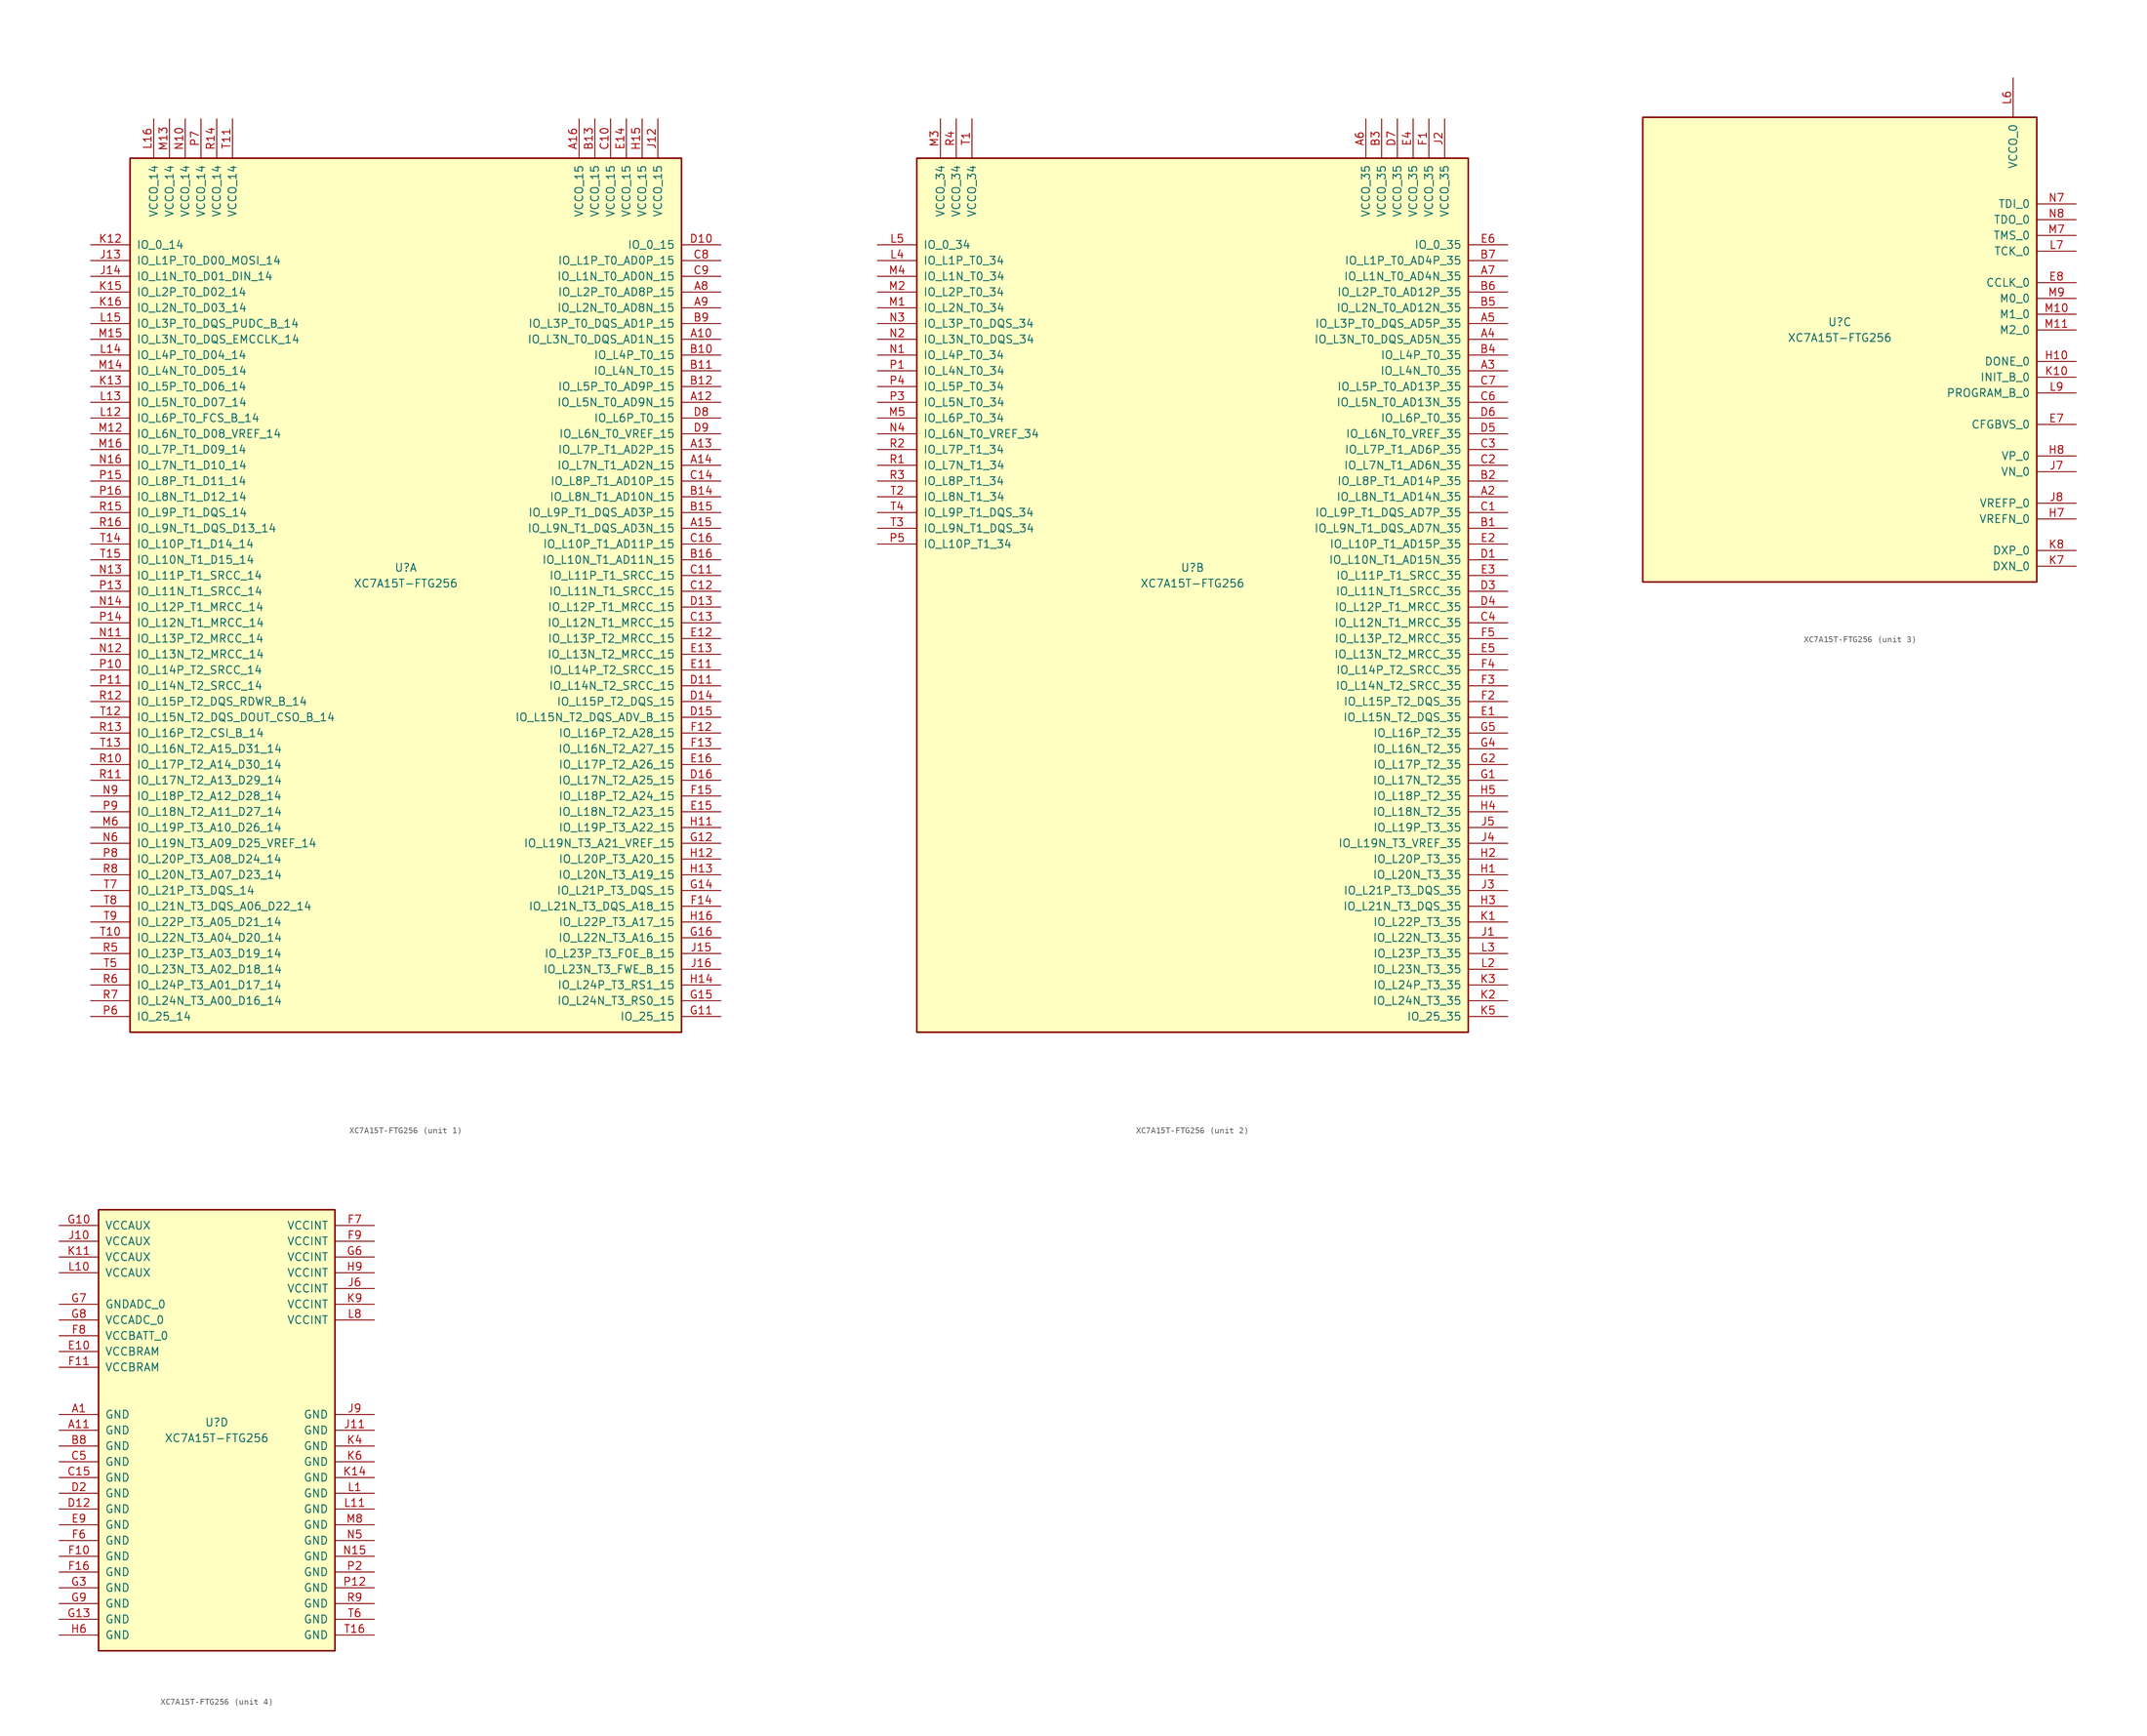
<source format=kicad_sym>
(kicad_symbol_lib
  (version 20201005)
  (generator kicad_symbol_editor)
  (symbol "XC7A15T-FTG256"
    (pin_names
      (offset 1.016))
    (property "Reference" "U"
      (at 0 1.27 0)
      (effects (font (size 1.27 1.27))))
    (property "Value" "XC7A15T-FTG256"
      (at 0 -1.27 0)
      (effects (font (size 1.27 1.27))))
    (property "Datasheet" ""
      (at 0 0 0)
      (effects (font (size 1.27 1.27))))
    (property "ki_locked" ""
      (at 0 0 0)
      (effects (font (size 1.27 1.27))))
    (symbol "XC7A15T-FTG256_1_1"
      (rectangle (start -44.45 67.31) (end 44.45 -73.66) (stroke (width 0.254)) (fill (type background)))
      (pin power_in line (at -40.64 73.66 270) (length 6.35) (name "VCCO_14" (effects (font (size 1.27 1.27)))) (number "L16" (effects (font (size 1.27 1.27)))))
      (pin power_in line (at -38.1 73.66 270) (length 6.35) (name "VCCO_14" (effects (font (size 1.27 1.27)))) (number "M13" (effects (font (size 1.27 1.27)))))
      (pin power_in line (at -35.56 73.66 270) (length 6.35) (name "VCCO_14" (effects (font (size 1.27 1.27)))) (number "N10" (effects (font (size 1.27 1.27)))))
      (pin power_in line (at -33.02 73.66 270) (length 6.35) (name "VCCO_14" (effects (font (size 1.27 1.27)))) (number "P7" (effects (font (size 1.27 1.27)))))
      (pin power_in line (at -30.48 73.66 270) (length 6.35) (name "VCCO_14" (effects (font (size 1.27 1.27)))) (number "R14" (effects (font (size 1.27 1.27)))))
      (pin power_in line (at -27.94 73.66 270) (length 6.35) (name "VCCO_14" (effects (font (size 1.27 1.27)))) (number "T11" (effects (font (size 1.27 1.27)))))
      (pin bidirectional line (at -50.8 53.34 0) (length 6.35) (name "IO_0_14" (effects (font (size 1.27 1.27)))) (number "K12" (effects (font (size 1.27 1.27)))))
      (pin bidirectional line (at -50.8 50.8 0) (length 6.35) (name "IO_L1P_T0_D00_MOSI_14" (effects (font (size 1.27 1.27)))) (number "J13" (effects (font (size 1.27 1.27)))))
      (pin bidirectional line (at -50.8 48.26 0) (length 6.35) (name "IO_L1N_T0_D01_DIN_14" (effects (font (size 1.27 1.27)))) (number "J14" (effects (font (size 1.27 1.27)))))
      (pin bidirectional line (at -50.8 45.72 0) (length 6.35) (name "IO_L2P_T0_D02_14" (effects (font (size 1.27 1.27)))) (number "K15" (effects (font (size 1.27 1.27)))))
      (pin bidirectional line (at -50.8 43.18 0) (length 6.35) (name "IO_L2N_T0_D03_14" (effects (font (size 1.27 1.27)))) (number "K16" (effects (font (size 1.27 1.27)))))
      (pin bidirectional line (at -50.8 40.64 0) (length 6.35) (name "IO_L3P_T0_DQS_PUDC_B_14" (effects (font (size 1.27 1.27)))) (number "L15" (effects (font (size 1.27 1.27)))))
      (pin bidirectional line (at -50.8 38.1 0) (length 6.35) (name "IO_L3N_T0_DQS_EMCCLK_14" (effects (font (size 1.27 1.27)))) (number "M15" (effects (font (size 1.27 1.27)))))
      (pin bidirectional line (at -50.8 35.56 0) (length 6.35) (name "IO_L4P_T0_D04_14" (effects (font (size 1.27 1.27)))) (number "L14" (effects (font (size 1.27 1.27)))))
      (pin bidirectional line (at -50.8 33.02 0) (length 6.35) (name "IO_L4N_T0_D05_14" (effects (font (size 1.27 1.27)))) (number "M14" (effects (font (size 1.27 1.27)))))
      (pin bidirectional line (at -50.8 30.48 0) (length 6.35) (name "IO_L5P_T0_D06_14" (effects (font (size 1.27 1.27)))) (number "K13" (effects (font (size 1.27 1.27)))))
      (pin bidirectional line (at -50.8 27.94 0) (length 6.35) (name "IO_L5N_T0_D07_14" (effects (font (size 1.27 1.27)))) (number "L13" (effects (font (size 1.27 1.27)))))
      (pin bidirectional line (at -50.8 25.4 0) (length 6.35) (name "IO_L6P_T0_FCS_B_14" (effects (font (size 1.27 1.27)))) (number "L12" (effects (font (size 1.27 1.27)))))
      (pin bidirectional line (at -50.8 22.86 0) (length 6.35) (name "IO_L6N_T0_D08_VREF_14" (effects (font (size 1.27 1.27)))) (number "M12" (effects (font (size 1.27 1.27)))))
      (pin bidirectional line (at -50.8 20.32 0) (length 6.35) (name "IO_L7P_T1_D09_14" (effects (font (size 1.27 1.27)))) (number "M16" (effects (font (size 1.27 1.27)))))
      (pin bidirectional line (at -50.8 17.78 0) (length 6.35) (name "IO_L7N_T1_D10_14" (effects (font (size 1.27 1.27)))) (number "N16" (effects (font (size 1.27 1.27)))))
      (pin bidirectional line (at -50.8 15.24 0) (length 6.35) (name "IO_L8P_T1_D11_14" (effects (font (size 1.27 1.27)))) (number "P15" (effects (font (size 1.27 1.27)))))
      (pin bidirectional line (at -50.8 12.7 0) (length 6.35) (name "IO_L8N_T1_D12_14" (effects (font (size 1.27 1.27)))) (number "P16" (effects (font (size 1.27 1.27)))))
      (pin bidirectional line (at -50.8 10.16 0) (length 6.35) (name "IO_L9P_T1_DQS_14" (effects (font (size 1.27 1.27)))) (number "R15" (effects (font (size 1.27 1.27)))))
      (pin bidirectional line (at -50.8 7.62 0) (length 6.35) (name "IO_L9N_T1_DQS_D13_14" (effects (font (size 1.27 1.27)))) (number "R16" (effects (font (size 1.27 1.27)))))
      (pin bidirectional line (at -50.8 5.08 0) (length 6.35) (name "IO_L10P_T1_D14_14" (effects (font (size 1.27 1.27)))) (number "T14" (effects (font (size 1.27 1.27)))))
      (pin bidirectional line (at -50.8 2.54 0) (length 6.35) (name "IO_L10N_T1_D15_14" (effects (font (size 1.27 1.27)))) (number "T15" (effects (font (size 1.27 1.27)))))
      (pin bidirectional line (at -50.8 0 0) (length 6.35) (name "IO_L11P_T1_SRCC_14" (effects (font (size 1.27 1.27)))) (number "N13" (effects (font (size 1.27 1.27)))))
      (pin bidirectional line (at -50.8 -2.54 0) (length 6.35) (name "IO_L11N_T1_SRCC_14" (effects (font (size 1.27 1.27)))) (number "P13" (effects (font (size 1.27 1.27)))))
      (pin bidirectional line (at -50.8 -5.08 0) (length 6.35) (name "IO_L12P_T1_MRCC_14" (effects (font (size 1.27 1.27)))) (number "N14" (effects (font (size 1.27 1.27)))))
      (pin bidirectional line (at -50.8 -7.62 0) (length 6.35) (name "IO_L12N_T1_MRCC_14" (effects (font (size 1.27 1.27)))) (number "P14" (effects (font (size 1.27 1.27)))))
      (pin bidirectional line (at -50.8 -10.16 0) (length 6.35) (name "IO_L13P_T2_MRCC_14" (effects (font (size 1.27 1.27)))) (number "N11" (effects (font (size 1.27 1.27)))))
      (pin bidirectional line (at -50.8 -12.7 0) (length 6.35) (name "IO_L13N_T2_MRCC_14" (effects (font (size 1.27 1.27)))) (number "N12" (effects (font (size 1.27 1.27)))))
      (pin bidirectional line (at -50.8 -15.24 0) (length 6.35) (name "IO_L14P_T2_SRCC_14" (effects (font (size 1.27 1.27)))) (number "P10" (effects (font (size 1.27 1.27)))))
      (pin bidirectional line (at -50.8 -17.78 0) (length 6.35) (name "IO_L14N_T2_SRCC_14" (effects (font (size 1.27 1.27)))) (number "P11" (effects (font (size 1.27 1.27)))))
      (pin bidirectional line (at -50.8 -20.32 0) (length 6.35) (name "IO_L15P_T2_DQS_RDWR_B_14" (effects (font (size 1.27 1.27)))) (number "R12" (effects (font (size 1.27 1.27)))))
      (pin bidirectional line (at -50.8 -22.86 0) (length 6.35) (name "IO_L15N_T2_DQS_DOUT_CSO_B_14" (effects (font (size 1.27 1.27)))) (number "T12" (effects (font (size 1.27 1.27)))))
      (pin bidirectional line (at -50.8 -25.4 0) (length 6.35) (name "IO_L16P_T2_CSI_B_14" (effects (font (size 1.27 1.27)))) (number "R13" (effects (font (size 1.27 1.27)))))
      (pin bidirectional line (at -50.8 -27.94 0) (length 6.35) (name "IO_L16N_T2_A15_D31_14" (effects (font (size 1.27 1.27)))) (number "T13" (effects (font (size 1.27 1.27)))))
      (pin bidirectional line (at -50.8 -30.48 0) (length 6.35) (name "IO_L17P_T2_A14_D30_14" (effects (font (size 1.27 1.27)))) (number "R10" (effects (font (size 1.27 1.27)))))
      (pin bidirectional line (at -50.8 -33.02 0) (length 6.35) (name "IO_L17N_T2_A13_D29_14" (effects (font (size 1.27 1.27)))) (number "R11" (effects (font (size 1.27 1.27)))))
      (pin bidirectional line (at -50.8 -35.56 0) (length 6.35) (name "IO_L18P_T2_A12_D28_14" (effects (font (size 1.27 1.27)))) (number "N9" (effects (font (size 1.27 1.27)))))
      (pin bidirectional line (at -50.8 -38.1 0) (length 6.35) (name "IO_L18N_T2_A11_D27_14" (effects (font (size 1.27 1.27)))) (number "P9" (effects (font (size 1.27 1.27)))))
      (pin bidirectional line (at -50.8 -40.64 0) (length 6.35) (name "IO_L19P_T3_A10_D26_14" (effects (font (size 1.27 1.27)))) (number "M6" (effects (font (size 1.27 1.27)))))
      (pin bidirectional line (at -50.8 -43.18 0) (length 6.35) (name "IO_L19N_T3_A09_D25_VREF_14" (effects (font (size 1.27 1.27)))) (number "N6" (effects (font (size 1.27 1.27)))))
      (pin bidirectional line (at -50.8 -45.72 0) (length 6.35) (name "IO_L20P_T3_A08_D24_14" (effects (font (size 1.27 1.27)))) (number "P8" (effects (font (size 1.27 1.27)))))
      (pin bidirectional line (at -50.8 -48.26 0) (length 6.35) (name "IO_L20N_T3_A07_D23_14" (effects (font (size 1.27 1.27)))) (number "R8" (effects (font (size 1.27 1.27)))))
      (pin bidirectional line (at -50.8 -50.8 0) (length 6.35) (name "IO_L21P_T3_DQS_14" (effects (font (size 1.27 1.27)))) (number "T7" (effects (font (size 1.27 1.27)))))
      (pin bidirectional line (at -50.8 -53.34 0) (length 6.35) (name "IO_L21N_T3_DQS_A06_D22_14" (effects (font (size 1.27 1.27)))) (number "T8" (effects (font (size 1.27 1.27)))))
      (pin bidirectional line (at -50.8 -55.88 0) (length 6.35) (name "IO_L22P_T3_A05_D21_14" (effects (font (size 1.27 1.27)))) (number "T9" (effects (font (size 1.27 1.27)))))
      (pin bidirectional line (at -50.8 -58.42 0) (length 6.35) (name "IO_L22N_T3_A04_D20_14" (effects (font (size 1.27 1.27)))) (number "T10" (effects (font (size 1.27 1.27)))))
      (pin bidirectional line (at -50.8 -60.96 0) (length 6.35) (name "IO_L23P_T3_A03_D19_14" (effects (font (size 1.27 1.27)))) (number "R5" (effects (font (size 1.27 1.27)))))
      (pin bidirectional line (at -50.8 -63.5 0) (length 6.35) (name "IO_L23N_T3_A02_D18_14" (effects (font (size 1.27 1.27)))) (number "T5" (effects (font (size 1.27 1.27)))))
      (pin bidirectional line (at -50.8 -66.04 0) (length 6.35) (name "IO_L24P_T3_A01_D17_14" (effects (font (size 1.27 1.27)))) (number "R6" (effects (font (size 1.27 1.27)))))
      (pin bidirectional line (at -50.8 -68.58 0) (length 6.35) (name "IO_L24N_T3_A00_D16_14" (effects (font (size 1.27 1.27)))) (number "R7" (effects (font (size 1.27 1.27)))))
      (pin bidirectional line (at -50.8 -71.12 0) (length 6.35) (name "IO_25_14" (effects (font (size 1.27 1.27)))) (number "P6" (effects (font (size 1.27 1.27)))))
      (pin power_in line (at 27.94 73.66 270) (length 6.35) (name "VCCO_15" (effects (font (size 1.27 1.27)))) (number "A16" (effects (font (size 1.27 1.27)))))
      (pin power_in line (at 30.48 73.66 270) (length 6.35) (name "VCCO_15" (effects (font (size 1.27 1.27)))) (number "B13" (effects (font (size 1.27 1.27)))))
      (pin power_in line (at 33.02 73.66 270) (length 6.35) (name "VCCO_15" (effects (font (size 1.27 1.27)))) (number "C10" (effects (font (size 1.27 1.27)))))
      (pin power_in line (at 35.56 73.66 270) (length 6.35) (name "VCCO_15" (effects (font (size 1.27 1.27)))) (number "E14" (effects (font (size 1.27 1.27)))))
      (pin power_in line (at 38.1 73.66 270) (length 6.35) (name "VCCO_15" (effects (font (size 1.27 1.27)))) (number "H15" (effects (font (size 1.27 1.27)))))
      (pin power_in line (at 40.64 73.66 270) (length 6.35) (name "VCCO_15" (effects (font (size 1.27 1.27)))) (number "J12" (effects (font (size 1.27 1.27)))))
      (pin bidirectional line (at 50.8 53.34 180) (length 6.35) (name "IO_0_15" (effects (font (size 1.27 1.27)))) (number "D10" (effects (font (size 1.27 1.27)))))
      (pin bidirectional line (at 50.8 50.8 180) (length 6.35) (name "IO_L1P_T0_AD0P_15" (effects (font (size 1.27 1.27)))) (number "C8" (effects (font (size 1.27 1.27)))))
      (pin bidirectional line (at 50.8 48.26 180) (length 6.35) (name "IO_L1N_T0_AD0N_15" (effects (font (size 1.27 1.27)))) (number "C9" (effects (font (size 1.27 1.27)))))
      (pin bidirectional line (at 50.8 45.72 180) (length 6.35) (name "IO_L2P_T0_AD8P_15" (effects (font (size 1.27 1.27)))) (number "A8" (effects (font (size 1.27 1.27)))))
      (pin bidirectional line (at 50.8 43.18 180) (length 6.35) (name "IO_L2N_T0_AD8N_15" (effects (font (size 1.27 1.27)))) (number "A9" (effects (font (size 1.27 1.27)))))
      (pin bidirectional line (at 50.8 40.64 180) (length 6.35) (name "IO_L3P_T0_DQS_AD1P_15" (effects (font (size 1.27 1.27)))) (number "B9" (effects (font (size 1.27 1.27)))))
      (pin bidirectional line (at 50.8 38.1 180) (length 6.35) (name "IO_L3N_T0_DQS_AD1N_15" (effects (font (size 1.27 1.27)))) (number "A10" (effects (font (size 1.27 1.27)))))
      (pin bidirectional line (at 50.8 35.56 180) (length 6.35) (name "IO_L4P_T0_15" (effects (font (size 1.27 1.27)))) (number "B10" (effects (font (size 1.27 1.27)))))
      (pin bidirectional line (at 50.8 33.02 180) (length 6.35) (name "IO_L4N_T0_15" (effects (font (size 1.27 1.27)))) (number "B11" (effects (font (size 1.27 1.27)))))
      (pin bidirectional line (at 50.8 30.48 180) (length 6.35) (name "IO_L5P_T0_AD9P_15" (effects (font (size 1.27 1.27)))) (number "B12" (effects (font (size 1.27 1.27)))))
      (pin bidirectional line (at 50.8 27.94 180) (length 6.35) (name "IO_L5N_T0_AD9N_15" (effects (font (size 1.27 1.27)))) (number "A12" (effects (font (size 1.27 1.27)))))
      (pin bidirectional line (at 50.8 25.4 180) (length 6.35) (name "IO_L6P_T0_15" (effects (font (size 1.27 1.27)))) (number "D8" (effects (font (size 1.27 1.27)))))
      (pin bidirectional line (at 50.8 22.86 180) (length 6.35) (name "IO_L6N_T0_VREF_15" (effects (font (size 1.27 1.27)))) (number "D9" (effects (font (size 1.27 1.27)))))
      (pin bidirectional line (at 50.8 20.32 180) (length 6.35) (name "IO_L7P_T1_AD2P_15" (effects (font (size 1.27 1.27)))) (number "A13" (effects (font (size 1.27 1.27)))))
      (pin bidirectional line (at 50.8 17.78 180) (length 6.35) (name "IO_L7N_T1_AD2N_15" (effects (font (size 1.27 1.27)))) (number "A14" (effects (font (size 1.27 1.27)))))
      (pin bidirectional line (at 50.8 15.24 180) (length 6.35) (name "IO_L8P_T1_AD10P_15" (effects (font (size 1.27 1.27)))) (number "C14" (effects (font (size 1.27 1.27)))))
      (pin bidirectional line (at 50.8 12.7 180) (length 6.35) (name "IO_L8N_T1_AD10N_15" (effects (font (size 1.27 1.27)))) (number "B14" (effects (font (size 1.27 1.27)))))
      (pin bidirectional line (at 50.8 10.16 180) (length 6.35) (name "IO_L9P_T1_DQS_AD3P_15" (effects (font (size 1.27 1.27)))) (number "B15" (effects (font (size 1.27 1.27)))))
      (pin bidirectional line (at 50.8 7.62 180) (length 6.35) (name "IO_L9N_T1_DQS_AD3N_15" (effects (font (size 1.27 1.27)))) (number "A15" (effects (font (size 1.27 1.27)))))
      (pin bidirectional line (at 50.8 5.08 180) (length 6.35) (name "IO_L10P_T1_AD11P_15" (effects (font (size 1.27 1.27)))) (number "C16" (effects (font (size 1.27 1.27)))))
      (pin bidirectional line (at 50.8 2.54 180) (length 6.35) (name "IO_L10N_T1_AD11N_15" (effects (font (size 1.27 1.27)))) (number "B16" (effects (font (size 1.27 1.27)))))
      (pin bidirectional line (at 50.8 0 180) (length 6.35) (name "IO_L11P_T1_SRCC_15" (effects (font (size 1.27 1.27)))) (number "C11" (effects (font (size 1.27 1.27)))))
      (pin bidirectional line (at 50.8 -2.54 180) (length 6.35) (name "IO_L11N_T1_SRCC_15" (effects (font (size 1.27 1.27)))) (number "C12" (effects (font (size 1.27 1.27)))))
      (pin bidirectional line (at 50.8 -5.08 180) (length 6.35) (name "IO_L12P_T1_MRCC_15" (effects (font (size 1.27 1.27)))) (number "D13" (effects (font (size 1.27 1.27)))))
      (pin bidirectional line (at 50.8 -7.62 180) (length 6.35) (name "IO_L12N_T1_MRCC_15" (effects (font (size 1.27 1.27)))) (number "C13" (effects (font (size 1.27 1.27)))))
      (pin bidirectional line (at 50.8 -10.16 180) (length 6.35) (name "IO_L13P_T2_MRCC_15" (effects (font (size 1.27 1.27)))) (number "E12" (effects (font (size 1.27 1.27)))))
      (pin bidirectional line (at 50.8 -12.7 180) (length 6.35) (name "IO_L13N_T2_MRCC_15" (effects (font (size 1.27 1.27)))) (number "E13" (effects (font (size 1.27 1.27)))))
      (pin bidirectional line (at 50.8 -15.24 180) (length 6.35) (name "IO_L14P_T2_SRCC_15" (effects (font (size 1.27 1.27)))) (number "E11" (effects (font (size 1.27 1.27)))))
      (pin bidirectional line (at 50.8 -17.78 180) (length 6.35) (name "IO_L14N_T2_SRCC_15" (effects (font (size 1.27 1.27)))) (number "D11" (effects (font (size 1.27 1.27)))))
      (pin bidirectional line (at 50.8 -20.32 180) (length 6.35) (name "IO_L15P_T2_DQS_15" (effects (font (size 1.27 1.27)))) (number "D14" (effects (font (size 1.27 1.27)))))
      (pin bidirectional line (at 50.8 -22.86 180) (length 6.35) (name "IO_L15N_T2_DQS_ADV_B_15" (effects (font (size 1.27 1.27)))) (number "D15" (effects (font (size 1.27 1.27)))))
      (pin bidirectional line (at 50.8 -25.4 180) (length 6.35) (name "IO_L16P_T2_A28_15" (effects (font (size 1.27 1.27)))) (number "F12" (effects (font (size 1.27 1.27)))))
      (pin bidirectional line (at 50.8 -27.94 180) (length 6.35) (name "IO_L16N_T2_A27_15" (effects (font (size 1.27 1.27)))) (number "F13" (effects (font (size 1.27 1.27)))))
      (pin bidirectional line (at 50.8 -30.48 180) (length 6.35) (name "IO_L17P_T2_A26_15" (effects (font (size 1.27 1.27)))) (number "E16" (effects (font (size 1.27 1.27)))))
      (pin bidirectional line (at 50.8 -33.02 180) (length 6.35) (name "IO_L17N_T2_A25_15" (effects (font (size 1.27 1.27)))) (number "D16" (effects (font (size 1.27 1.27)))))
      (pin bidirectional line (at 50.8 -35.56 180) (length 6.35) (name "IO_L18P_T2_A24_15" (effects (font (size 1.27 1.27)))) (number "F15" (effects (font (size 1.27 1.27)))))
      (pin bidirectional line (at 50.8 -38.1 180) (length 6.35) (name "IO_L18N_T2_A23_15" (effects (font (size 1.27 1.27)))) (number "E15" (effects (font (size 1.27 1.27)))))
      (pin bidirectional line (at 50.8 -40.64 180) (length 6.35) (name "IO_L19P_T3_A22_15" (effects (font (size 1.27 1.27)))) (number "H11" (effects (font (size 1.27 1.27)))))
      (pin bidirectional line (at 50.8 -43.18 180) (length 6.35) (name "IO_L19N_T3_A21_VREF_15" (effects (font (size 1.27 1.27)))) (number "G12" (effects (font (size 1.27 1.27)))))
      (pin bidirectional line (at 50.8 -45.72 180) (length 6.35) (name "IO_L20P_T3_A20_15" (effects (font (size 1.27 1.27)))) (number "H12" (effects (font (size 1.27 1.27)))))
      (pin bidirectional line (at 50.8 -48.26 180) (length 6.35) (name "IO_L20N_T3_A19_15" (effects (font (size 1.27 1.27)))) (number "H13" (effects (font (size 1.27 1.27)))))
      (pin bidirectional line (at 50.8 -50.8 180) (length 6.35) (name "IO_L21P_T3_DQS_15" (effects (font (size 1.27 1.27)))) (number "G14" (effects (font (size 1.27 1.27)))))
      (pin bidirectional line (at 50.8 -53.34 180) (length 6.35) (name "IO_L21N_T3_DQS_A18_15" (effects (font (size 1.27 1.27)))) (number "F14" (effects (font (size 1.27 1.27)))))
      (pin bidirectional line (at 50.8 -55.88 180) (length 6.35) (name "IO_L22P_T3_A17_15" (effects (font (size 1.27 1.27)))) (number "H16" (effects (font (size 1.27 1.27)))))
      (pin bidirectional line (at 50.8 -58.42 180) (length 6.35) (name "IO_L22N_T3_A16_15" (effects (font (size 1.27 1.27)))) (number "G16" (effects (font (size 1.27 1.27)))))
      (pin bidirectional line (at 50.8 -60.96 180) (length 6.35) (name "IO_L23P_T3_FOE_B_15" (effects (font (size 1.27 1.27)))) (number "J15" (effects (font (size 1.27 1.27)))))
      (pin bidirectional line (at 50.8 -63.5 180) (length 6.35) (name "IO_L23N_T3_FWE_B_15" (effects (font (size 1.27 1.27)))) (number "J16" (effects (font (size 1.27 1.27)))))
      (pin bidirectional line (at 50.8 -66.04 180) (length 6.35) (name "IO_L24P_T3_RS1_15" (effects (font (size 1.27 1.27)))) (number "H14" (effects (font (size 1.27 1.27)))))
      (pin bidirectional line (at 50.8 -68.58 180) (length 6.35) (name "IO_L24N_T3_RS0_15" (effects (font (size 1.27 1.27)))) (number "G15" (effects (font (size 1.27 1.27)))))
      (pin bidirectional line (at 50.8 -71.12 180) (length 6.35) (name "IO_25_15" (effects (font (size 1.27 1.27)))) (number "G11" (effects (font (size 1.27 1.27))))))
    (symbol "XC7A15T-FTG256_2_1"
      (rectangle (start -44.45 67.31) (end 44.45 -73.66) (stroke (width 0.254)) (fill (type background)))
      (pin power_in line (at -40.64 73.66 270) (length 6.35) (name "VCCO_34" (effects (font (size 1.27 1.27)))) (number "M3" (effects (font (size 1.27 1.27)))))
      (pin power_in line (at -38.1 73.66 270) (length 6.35) (name "VCCO_34" (effects (font (size 1.27 1.27)))) (number "R4" (effects (font (size 1.27 1.27)))))
      (pin power_in line (at -35.56 73.66 270) (length 6.35) (name "VCCO_34" (effects (font (size 1.27 1.27)))) (number "T1" (effects (font (size 1.27 1.27)))))
      (pin bidirectional line (at -50.8 53.34 0) (length 6.35) (name "IO_0_34" (effects (font (size 1.27 1.27)))) (number "L5" (effects (font (size 1.27 1.27)))))
      (pin bidirectional line (at -50.8 50.8 0) (length 6.35) (name "IO_L1P_T0_34" (effects (font (size 1.27 1.27)))) (number "L4" (effects (font (size 1.27 1.27)))))
      (pin bidirectional line (at -50.8 48.26 0) (length 6.35) (name "IO_L1N_T0_34" (effects (font (size 1.27 1.27)))) (number "M4" (effects (font (size 1.27 1.27)))))
      (pin bidirectional line (at -50.8 45.72 0) (length 6.35) (name "IO_L2P_T0_34" (effects (font (size 1.27 1.27)))) (number "M2" (effects (font (size 1.27 1.27)))))
      (pin bidirectional line (at -50.8 43.18 0) (length 6.35) (name "IO_L2N_T0_34" (effects (font (size 1.27 1.27)))) (number "M1" (effects (font (size 1.27 1.27)))))
      (pin bidirectional line (at -50.8 40.64 0) (length 6.35) (name "IO_L3P_T0_DQS_34" (effects (font (size 1.27 1.27)))) (number "N3" (effects (font (size 1.27 1.27)))))
      (pin bidirectional line (at -50.8 38.1 0) (length 6.35) (name "IO_L3N_T0_DQS_34" (effects (font (size 1.27 1.27)))) (number "N2" (effects (font (size 1.27 1.27)))))
      (pin bidirectional line (at -50.8 35.56 0) (length 6.35) (name "IO_L4P_T0_34" (effects (font (size 1.27 1.27)))) (number "N1" (effects (font (size 1.27 1.27)))))
      (pin bidirectional line (at -50.8 33.02 0) (length 6.35) (name "IO_L4N_T0_34" (effects (font (size 1.27 1.27)))) (number "P1" (effects (font (size 1.27 1.27)))))
      (pin bidirectional line (at -50.8 30.48 0) (length 6.35) (name "IO_L5P_T0_34" (effects (font (size 1.27 1.27)))) (number "P4" (effects (font (size 1.27 1.27)))))
      (pin bidirectional line (at -50.8 27.94 0) (length 6.35) (name "IO_L5N_T0_34" (effects (font (size 1.27 1.27)))) (number "P3" (effects (font (size 1.27 1.27)))))
      (pin bidirectional line (at -50.8 25.4 0) (length 6.35) (name "IO_L6P_T0_34" (effects (font (size 1.27 1.27)))) (number "M5" (effects (font (size 1.27 1.27)))))
      (pin bidirectional line (at -50.8 22.86 0) (length 6.35) (name "IO_L6N_T0_VREF_34" (effects (font (size 1.27 1.27)))) (number "N4" (effects (font (size 1.27 1.27)))))
      (pin bidirectional line (at -50.8 20.32 0) (length 6.35) (name "IO_L7P_T1_34" (effects (font (size 1.27 1.27)))) (number "R2" (effects (font (size 1.27 1.27)))))
      (pin bidirectional line (at -50.8 17.78 0) (length 6.35) (name "IO_L7N_T1_34" (effects (font (size 1.27 1.27)))) (number "R1" (effects (font (size 1.27 1.27)))))
      (pin bidirectional line (at -50.8 15.24 0) (length 6.35) (name "IO_L8P_T1_34" (effects (font (size 1.27 1.27)))) (number "R3" (effects (font (size 1.27 1.27)))))
      (pin bidirectional line (at -50.8 12.7 0) (length 6.35) (name "IO_L8N_T1_34" (effects (font (size 1.27 1.27)))) (number "T2" (effects (font (size 1.27 1.27)))))
      (pin bidirectional line (at -50.8 10.16 0) (length 6.35) (name "IO_L9P_T1_DQS_34" (effects (font (size 1.27 1.27)))) (number "T4" (effects (font (size 1.27 1.27)))))
      (pin bidirectional line (at -50.8 7.62 0) (length 6.35) (name "IO_L9N_T1_DQS_34" (effects (font (size 1.27 1.27)))) (number "T3" (effects (font (size 1.27 1.27)))))
      (pin bidirectional line (at -50.8 5.08 0) (length 6.35) (name "IO_L10P_T1_34" (effects (font (size 1.27 1.27)))) (number "P5" (effects (font (size 1.27 1.27)))))
      (pin power_in line (at 27.94 73.66 270) (length 6.35) (name "VCCO_35" (effects (font (size 1.27 1.27)))) (number "A6" (effects (font (size 1.27 1.27)))))
      (pin power_in line (at 30.48 73.66 270) (length 6.35) (name "VCCO_35" (effects (font (size 1.27 1.27)))) (number "B3" (effects (font (size 1.27 1.27)))))
      (pin power_in line (at 33.02 73.66 270) (length 6.35) (name "VCCO_35" (effects (font (size 1.27 1.27)))) (number "D7" (effects (font (size 1.27 1.27)))))
      (pin power_in line (at 35.56 73.66 270) (length 6.35) (name "VCCO_35" (effects (font (size 1.27 1.27)))) (number "E4" (effects (font (size 1.27 1.27)))))
      (pin power_in line (at 38.1 73.66 270) (length 6.35) (name "VCCO_35" (effects (font (size 1.27 1.27)))) (number "F1" (effects (font (size 1.27 1.27)))))
      (pin power_in line (at 40.64 73.66 270) (length 6.35) (name "VCCO_35" (effects (font (size 1.27 1.27)))) (number "J2" (effects (font (size 1.27 1.27)))))
      (pin bidirectional line (at 50.8 53.34 180) (length 6.35) (name "IO_0_35" (effects (font (size 1.27 1.27)))) (number "E6" (effects (font (size 1.27 1.27)))))
      (pin bidirectional line (at 50.8 50.8 180) (length 6.35) (name "IO_L1P_T0_AD4P_35" (effects (font (size 1.27 1.27)))) (number "B7" (effects (font (size 1.27 1.27)))))
      (pin bidirectional line (at 50.8 48.26 180) (length 6.35) (name "IO_L1N_T0_AD4N_35" (effects (font (size 1.27 1.27)))) (number "A7" (effects (font (size 1.27 1.27)))))
      (pin bidirectional line (at 50.8 45.72 180) (length 6.35) (name "IO_L2P_T0_AD12P_35" (effects (font (size 1.27 1.27)))) (number "B6" (effects (font (size 1.27 1.27)))))
      (pin bidirectional line (at 50.8 43.18 180) (length 6.35) (name "IO_L2N_T0_AD12N_35" (effects (font (size 1.27 1.27)))) (number "B5" (effects (font (size 1.27 1.27)))))
      (pin bidirectional line (at 50.8 40.64 180) (length 6.35) (name "IO_L3P_T0_DQS_AD5P_35" (effects (font (size 1.27 1.27)))) (number "A5" (effects (font (size 1.27 1.27)))))
      (pin bidirectional line (at 50.8 38.1 180) (length 6.35) (name "IO_L3N_T0_DQS_AD5N_35" (effects (font (size 1.27 1.27)))) (number "A4" (effects (font (size 1.27 1.27)))))
      (pin bidirectional line (at 50.8 35.56 180) (length 6.35) (name "IO_L4P_T0_35" (effects (font (size 1.27 1.27)))) (number "B4" (effects (font (size 1.27 1.27)))))
      (pin bidirectional line (at 50.8 33.02 180) (length 6.35) (name "IO_L4N_T0_35" (effects (font (size 1.27 1.27)))) (number "A3" (effects (font (size 1.27 1.27)))))
      (pin bidirectional line (at 50.8 30.48 180) (length 6.35) (name "IO_L5P_T0_AD13P_35" (effects (font (size 1.27 1.27)))) (number "C7" (effects (font (size 1.27 1.27)))))
      (pin bidirectional line (at 50.8 27.94 180) (length 6.35) (name "IO_L5N_T0_AD13N_35" (effects (font (size 1.27 1.27)))) (number "C6" (effects (font (size 1.27 1.27)))))
      (pin bidirectional line (at 50.8 25.4 180) (length 6.35) (name "IO_L6P_T0_35" (effects (font (size 1.27 1.27)))) (number "D6" (effects (font (size 1.27 1.27)))))
      (pin bidirectional line (at 50.8 22.86 180) (length 6.35) (name "IO_L6N_T0_VREF_35" (effects (font (size 1.27 1.27)))) (number "D5" (effects (font (size 1.27 1.27)))))
      (pin bidirectional line (at 50.8 20.32 180) (length 6.35) (name "IO_L7P_T1_AD6P_35" (effects (font (size 1.27 1.27)))) (number "C3" (effects (font (size 1.27 1.27)))))
      (pin bidirectional line (at 50.8 17.78 180) (length 6.35) (name "IO_L7N_T1_AD6N_35" (effects (font (size 1.27 1.27)))) (number "C2" (effects (font (size 1.27 1.27)))))
      (pin bidirectional line (at 50.8 15.24 180) (length 6.35) (name "IO_L8P_T1_AD14P_35" (effects (font (size 1.27 1.27)))) (number "B2" (effects (font (size 1.27 1.27)))))
      (pin bidirectional line (at 50.8 12.7 180) (length 6.35) (name "IO_L8N_T1_AD14N_35" (effects (font (size 1.27 1.27)))) (number "A2" (effects (font (size 1.27 1.27)))))
      (pin bidirectional line (at 50.8 10.16 180) (length 6.35) (name "IO_L9P_T1_DQS_AD7P_35" (effects (font (size 1.27 1.27)))) (number "C1" (effects (font (size 1.27 1.27)))))
      (pin bidirectional line (at 50.8 7.62 180) (length 6.35) (name "IO_L9N_T1_DQS_AD7N_35" (effects (font (size 1.27 1.27)))) (number "B1" (effects (font (size 1.27 1.27)))))
      (pin bidirectional line (at 50.8 5.08 180) (length 6.35) (name "IO_L10P_T1_AD15P_35" (effects (font (size 1.27 1.27)))) (number "E2" (effects (font (size 1.27 1.27)))))
      (pin bidirectional line (at 50.8 2.54 180) (length 6.35) (name "IO_L10N_T1_AD15N_35" (effects (font (size 1.27 1.27)))) (number "D1" (effects (font (size 1.27 1.27)))))
      (pin bidirectional line (at 50.8 0 180) (length 6.35) (name "IO_L11P_T1_SRCC_35" (effects (font (size 1.27 1.27)))) (number "E3" (effects (font (size 1.27 1.27)))))
      (pin bidirectional line (at 50.8 -2.54 180) (length 6.35) (name "IO_L11N_T1_SRCC_35" (effects (font (size 1.27 1.27)))) (number "D3" (effects (font (size 1.27 1.27)))))
      (pin bidirectional line (at 50.8 -5.08 180) (length 6.35) (name "IO_L12P_T1_MRCC_35" (effects (font (size 1.27 1.27)))) (number "D4" (effects (font (size 1.27 1.27)))))
      (pin bidirectional line (at 50.8 -7.62 180) (length 6.35) (name "IO_L12N_T1_MRCC_35" (effects (font (size 1.27 1.27)))) (number "C4" (effects (font (size 1.27 1.27)))))
      (pin bidirectional line (at 50.8 -10.16 180) (length 6.35) (name "IO_L13P_T2_MRCC_35" (effects (font (size 1.27 1.27)))) (number "F5" (effects (font (size 1.27 1.27)))))
      (pin bidirectional line (at 50.8 -12.7 180) (length 6.35) (name "IO_L13N_T2_MRCC_35" (effects (font (size 1.27 1.27)))) (number "E5" (effects (font (size 1.27 1.27)))))
      (pin bidirectional line (at 50.8 -15.24 180) (length 6.35) (name "IO_L14P_T2_SRCC_35" (effects (font (size 1.27 1.27)))) (number "F4" (effects (font (size 1.27 1.27)))))
      (pin bidirectional line (at 50.8 -17.78 180) (length 6.35) (name "IO_L14N_T2_SRCC_35" (effects (font (size 1.27 1.27)))) (number "F3" (effects (font (size 1.27 1.27)))))
      (pin bidirectional line (at 50.8 -20.32 180) (length 6.35) (name "IO_L15P_T2_DQS_35" (effects (font (size 1.27 1.27)))) (number "F2" (effects (font (size 1.27 1.27)))))
      (pin bidirectional line (at 50.8 -22.86 180) (length 6.35) (name "IO_L15N_T2_DQS_35" (effects (font (size 1.27 1.27)))) (number "E1" (effects (font (size 1.27 1.27)))))
      (pin bidirectional line (at 50.8 -25.4 180) (length 6.35) (name "IO_L16P_T2_35" (effects (font (size 1.27 1.27)))) (number "G5" (effects (font (size 1.27 1.27)))))
      (pin bidirectional line (at 50.8 -27.94 180) (length 6.35) (name "IO_L16N_T2_35" (effects (font (size 1.27 1.27)))) (number "G4" (effects (font (size 1.27 1.27)))))
      (pin bidirectional line (at 50.8 -30.48 180) (length 6.35) (name "IO_L17P_T2_35" (effects (font (size 1.27 1.27)))) (number "G2" (effects (font (size 1.27 1.27)))))
      (pin bidirectional line (at 50.8 -33.02 180) (length 6.35) (name "IO_L17N_T2_35" (effects (font (size 1.27 1.27)))) (number "G1" (effects (font (size 1.27 1.27)))))
      (pin bidirectional line (at 50.8 -35.56 180) (length 6.35) (name "IO_L18P_T2_35" (effects (font (size 1.27 1.27)))) (number "H5" (effects (font (size 1.27 1.27)))))
      (pin bidirectional line (at 50.8 -38.1 180) (length 6.35) (name "IO_L18N_T2_35" (effects (font (size 1.27 1.27)))) (number "H4" (effects (font (size 1.27 1.27)))))
      (pin bidirectional line (at 50.8 -40.64 180) (length 6.35) (name "IO_L19P_T3_35" (effects (font (size 1.27 1.27)))) (number "J5" (effects (font (size 1.27 1.27)))))
      (pin bidirectional line (at 50.8 -43.18 180) (length 6.35) (name "IO_L19N_T3_VREF_35" (effects (font (size 1.27 1.27)))) (number "J4" (effects (font (size 1.27 1.27)))))
      (pin bidirectional line (at 50.8 -45.72 180) (length 6.35) (name "IO_L20P_T3_35" (effects (font (size 1.27 1.27)))) (number "H2" (effects (font (size 1.27 1.27)))))
      (pin bidirectional line (at 50.8 -48.26 180) (length 6.35) (name "IO_L20N_T3_35" (effects (font (size 1.27 1.27)))) (number "H1" (effects (font (size 1.27 1.27)))))
      (pin bidirectional line (at 50.8 -50.8 180) (length 6.35) (name "IO_L21P_T3_DQS_35" (effects (font (size 1.27 1.27)))) (number "J3" (effects (font (size 1.27 1.27)))))
      (pin bidirectional line (at 50.8 -53.34 180) (length 6.35) (name "IO_L21N_T3_DQS_35" (effects (font (size 1.27 1.27)))) (number "H3" (effects (font (size 1.27 1.27)))))
      (pin bidirectional line (at 50.8 -55.88 180) (length 6.35) (name "IO_L22P_T3_35" (effects (font (size 1.27 1.27)))) (number "K1" (effects (font (size 1.27 1.27)))))
      (pin bidirectional line (at 50.8 -58.42 180) (length 6.35) (name "IO_L22N_T3_35" (effects (font (size 1.27 1.27)))) (number "J1" (effects (font (size 1.27 1.27)))))
      (pin bidirectional line (at 50.8 -60.96 180) (length 6.35) (name "IO_L23P_T3_35" (effects (font (size 1.27 1.27)))) (number "L3" (effects (font (size 1.27 1.27)))))
      (pin bidirectional line (at 50.8 -63.5 180) (length 6.35) (name "IO_L23N_T3_35" (effects (font (size 1.27 1.27)))) (number "L2" (effects (font (size 1.27 1.27)))))
      (pin bidirectional line (at 50.8 -66.04 180) (length 6.35) (name "IO_L24P_T3_35" (effects (font (size 1.27 1.27)))) (number "K3" (effects (font (size 1.27 1.27)))))
      (pin bidirectional line (at 50.8 -68.58 180) (length 6.35) (name "IO_L24N_T3_35" (effects (font (size 1.27 1.27)))) (number "K2" (effects (font (size 1.27 1.27)))))
      (pin bidirectional line (at 50.8 -71.12 180) (length 6.35) (name "IO_25_35" (effects (font (size 1.27 1.27)))) (number "K5" (effects (font (size 1.27 1.27))))))
    (symbol "XC7A15T-FTG256_3_1"
      (rectangle (start -31.75 34.29) (end 31.75 -40.64) (stroke (width 0.254)) (fill (type background)))
      (pin power_in line (at 27.94 40.64 270) (length 6.35) (name "VCCO_0" (effects (font (size 1.27 1.27)))) (number "L6" (effects (font (size 1.27 1.27)))))
      (pin bidirectional line (at 38.1 20.32 180) (length 6.35) (name "TDI_0" (effects (font (size 1.27 1.27)))) (number "N7" (effects (font (size 1.27 1.27)))))
      (pin bidirectional line (at 38.1 17.78 180) (length 6.35) (name "TDO_0" (effects (font (size 1.27 1.27)))) (number "N8" (effects (font (size 1.27 1.27)))))
      (pin bidirectional line (at 38.1 15.24 180) (length 6.35) (name "TMS_0" (effects (font (size 1.27 1.27)))) (number "M7" (effects (font (size 1.27 1.27)))))
      (pin bidirectional line (at 38.1 12.7 180) (length 6.35) (name "TCK_0" (effects (font (size 1.27 1.27)))) (number "L7" (effects (font (size 1.27 1.27)))))
      (pin bidirectional line (at 38.1 7.62 180) (length 6.35) (name "CCLK_0" (effects (font (size 1.27 1.27)))) (number "E8" (effects (font (size 1.27 1.27)))))
      (pin bidirectional line (at 38.1 5.08 180) (length 6.35) (name "M0_0" (effects (font (size 1.27 1.27)))) (number "M9" (effects (font (size 1.27 1.27)))))
      (pin bidirectional line (at 38.1 2.54 180) (length 6.35) (name "M1_0" (effects (font (size 1.27 1.27)))) (number "M10" (effects (font (size 1.27 1.27)))))
      (pin bidirectional line (at 38.1 0 180) (length 6.35) (name "M2_0" (effects (font (size 1.27 1.27)))) (number "M11" (effects (font (size 1.27 1.27)))))
      (pin bidirectional line (at 38.1 -5.08 180) (length 6.35) (name "DONE_0" (effects (font (size 1.27 1.27)))) (number "H10" (effects (font (size 1.27 1.27)))))
      (pin bidirectional line (at 38.1 -7.62 180) (length 6.35) (name "INIT_B_0" (effects (font (size 1.27 1.27)))) (number "K10" (effects (font (size 1.27 1.27)))))
      (pin bidirectional line (at 38.1 -10.16 180) (length 6.35) (name "PROGRAM_B_0" (effects (font (size 1.27 1.27)))) (number "L9" (effects (font (size 1.27 1.27)))))
      (pin bidirectional line (at 38.1 -15.24 180) (length 6.35) (name "CFGBVS_0" (effects (font (size 1.27 1.27)))) (number "E7" (effects (font (size 1.27 1.27)))))
      (pin bidirectional line (at 38.1 -20.32 180) (length 6.35) (name "VP_0" (effects (font (size 1.27 1.27)))) (number "H8" (effects (font (size 1.27 1.27)))))
      (pin bidirectional line (at 38.1 -22.86 180) (length 6.35) (name "VN_0" (effects (font (size 1.27 1.27)))) (number "J7" (effects (font (size 1.27 1.27)))))
      (pin bidirectional line (at 38.1 -27.94 180) (length 6.35) (name "VREFP_0" (effects (font (size 1.27 1.27)))) (number "J8" (effects (font (size 1.27 1.27)))))
      (pin bidirectional line (at 38.1 -30.48 180) (length 6.35) (name "VREFN_0" (effects (font (size 1.27 1.27)))) (number "H7" (effects (font (size 1.27 1.27)))))
      (pin bidirectional line (at 38.1 -35.56 180) (length 6.35) (name "DXP_0" (effects (font (size 1.27 1.27)))) (number "K8" (effects (font (size 1.27 1.27)))))
      (pin bidirectional line (at 38.1 -38.1 180) (length 6.35) (name "DXN_0" (effects (font (size 1.27 1.27)))) (number "K7" (effects (font (size 1.27 1.27))))))
    (symbol "XC7A15T-FTG256_4_1"
      (rectangle (start -19.05 35.56) (end 19.05 -35.56) (stroke (width 0.254)) (fill (type background)))
      (pin power_in line (at -25.4 33.02 0) (length 6.35) (name "VCCAUX" (effects (font (size 1.27 1.27)))) (number "G10" (effects (font (size 1.27 1.27)))))
      (pin power_in line (at -25.4 30.48 0) (length 6.35) (name "VCCAUX" (effects (font (size 1.27 1.27)))) (number "J10" (effects (font (size 1.27 1.27)))))
      (pin power_in line (at -25.4 27.94 0) (length 6.35) (name "VCCAUX" (effects (font (size 1.27 1.27)))) (number "K11" (effects (font (size 1.27 1.27)))))
      (pin power_in line (at -25.4 25.4 0) (length 6.35) (name "VCCAUX" (effects (font (size 1.27 1.27)))) (number "L10" (effects (font (size 1.27 1.27)))))
      (pin power_in line (at -25.4 20.32 0) (length 6.35) (name "GNDADC_0" (effects (font (size 1.27 1.27)))) (number "G7" (effects (font (size 1.27 1.27)))))
      (pin power_in line (at -25.4 17.78 0) (length 6.35) (name "VCCADC_0" (effects (font (size 1.27 1.27)))) (number "G8" (effects (font (size 1.27 1.27)))))
      (pin power_in line (at -25.4 15.24 0) (length 6.35) (name "VCCBATT_0" (effects (font (size 1.27 1.27)))) (number "F8" (effects (font (size 1.27 1.27)))))
      (pin power_in line (at -25.4 12.7 0) (length 6.35) (name "VCCBRAM" (effects (font (size 1.27 1.27)))) (number "E10" (effects (font (size 1.27 1.27)))))
      (pin power_in line (at -25.4 10.16 0) (length 6.35) (name "VCCBRAM" (effects (font (size 1.27 1.27)))) (number "F11" (effects (font (size 1.27 1.27)))))
      (pin power_in line (at -25.4 2.54 0) (length 6.35) (name "GND" (effects (font (size 1.27 1.27)))) (number "A1" (effects (font (size 1.27 1.27)))))
      (pin power_in line (at -25.4 0 0) (length 6.35) (name "GND" (effects (font (size 1.27 1.27)))) (number "A11" (effects (font (size 1.27 1.27)))))
      (pin power_in line (at -25.4 -2.54 0) (length 6.35) (name "GND" (effects (font (size 1.27 1.27)))) (number "B8" (effects (font (size 1.27 1.27)))))
      (pin power_in line (at -25.4 -5.08 0) (length 6.35) (name "GND" (effects (font (size 1.27 1.27)))) (number "C5" (effects (font (size 1.27 1.27)))))
      (pin power_in line (at -25.4 -7.62 0) (length 6.35) (name "GND" (effects (font (size 1.27 1.27)))) (number "C15" (effects (font (size 1.27 1.27)))))
      (pin power_in line (at -25.4 -10.16 0) (length 6.35) (name "GND" (effects (font (size 1.27 1.27)))) (number "D2" (effects (font (size 1.27 1.27)))))
      (pin power_in line (at -25.4 -12.7 0) (length 6.35) (name "GND" (effects (font (size 1.27 1.27)))) (number "D12" (effects (font (size 1.27 1.27)))))
      (pin power_in line (at -25.4 -15.24 0) (length 6.35) (name "GND" (effects (font (size 1.27 1.27)))) (number "E9" (effects (font (size 1.27 1.27)))))
      (pin power_in line (at -25.4 -17.78 0) (length 6.35) (name "GND" (effects (font (size 1.27 1.27)))) (number "F6" (effects (font (size 1.27 1.27)))))
      (pin power_in line (at -25.4 -20.32 0) (length 6.35) (name "GND" (effects (font (size 1.27 1.27)))) (number "F10" (effects (font (size 1.27 1.27)))))
      (pin power_in line (at -25.4 -22.86 0) (length 6.35) (name "GND" (effects (font (size 1.27 1.27)))) (number "F16" (effects (font (size 1.27 1.27)))))
      (pin power_in line (at -25.4 -25.4 0) (length 6.35) (name "GND" (effects (font (size 1.27 1.27)))) (number "G3" (effects (font (size 1.27 1.27)))))
      (pin power_in line (at -25.4 -27.94 0) (length 6.35) (name "GND" (effects (font (size 1.27 1.27)))) (number "G9" (effects (font (size 1.27 1.27)))))
      (pin power_in line (at -25.4 -30.48 0) (length 6.35) (name "GND" (effects (font (size 1.27 1.27)))) (number "G13" (effects (font (size 1.27 1.27)))))
      (pin power_in line (at -25.4 -33.02 0) (length 6.35) (name "GND" (effects (font (size 1.27 1.27)))) (number "H6" (effects (font (size 1.27 1.27)))))
      (pin power_in line (at 25.4 33.02 180) (length 6.35) (name "VCCINT" (effects (font (size 1.27 1.27)))) (number "F7" (effects (font (size 1.27 1.27)))))
      (pin power_in line (at 25.4 30.48 180) (length 6.35) (name "VCCINT" (effects (font (size 1.27 1.27)))) (number "F9" (effects (font (size 1.27 1.27)))))
      (pin power_in line (at 25.4 27.94 180) (length 6.35) (name "VCCINT" (effects (font (size 1.27 1.27)))) (number "G6" (effects (font (size 1.27 1.27)))))
      (pin power_in line (at 25.4 25.4 180) (length 6.35) (name "VCCINT" (effects (font (size 1.27 1.27)))) (number "H9" (effects (font (size 1.27 1.27)))))
      (pin power_in line (at 25.4 22.86 180) (length 6.35) (name "VCCINT" (effects (font (size 1.27 1.27)))) (number "J6" (effects (font (size 1.27 1.27)))))
      (pin power_in line (at 25.4 20.32 180) (length 6.35) (name "VCCINT" (effects (font (size 1.27 1.27)))) (number "K9" (effects (font (size 1.27 1.27)))))
      (pin power_in line (at 25.4 17.78 180) (length 6.35) (name "VCCINT" (effects (font (size 1.27 1.27)))) (number "L8" (effects (font (size 1.27 1.27)))))
      (pin power_in line (at 25.4 2.54 180) (length 6.35) (name "GND" (effects (font (size 1.27 1.27)))) (number "J9" (effects (font (size 1.27 1.27)))))
      (pin power_in line (at 25.4 0 180) (length 6.35) (name "GND" (effects (font (size 1.27 1.27)))) (number "J11" (effects (font (size 1.27 1.27)))))
      (pin power_in line (at 25.4 -2.54 180) (length 6.35) (name "GND" (effects (font (size 1.27 1.27)))) (number "K4" (effects (font (size 1.27 1.27)))))
      (pin power_in line (at 25.4 -5.08 180) (length 6.35) (name "GND" (effects (font (size 1.27 1.27)))) (number "K6" (effects (font (size 1.27 1.27)))))
      (pin power_in line (at 25.4 -7.62 180) (length 6.35) (name "GND" (effects (font (size 1.27 1.27)))) (number "K14" (effects (font (size 1.27 1.27)))))
      (pin power_in line (at 25.4 -10.16 180) (length 6.35) (name "GND" (effects (font (size 1.27 1.27)))) (number "L1" (effects (font (size 1.27 1.27)))))
      (pin power_in line (at 25.4 -12.7 180) (length 6.35) (name "GND" (effects (font (size 1.27 1.27)))) (number "L11" (effects (font (size 1.27 1.27)))))
      (pin power_in line (at 25.4 -15.24 180) (length 6.35) (name "GND" (effects (font (size 1.27 1.27)))) (number "M8" (effects (font (size 1.27 1.27)))))
      (pin power_in line (at 25.4 -17.78 180) (length 6.35) (name "GND" (effects (font (size 1.27 1.27)))) (number "N5" (effects (font (size 1.27 1.27)))))
      (pin power_in line (at 25.4 -20.32 180) (length 6.35) (name "GND" (effects (font (size 1.27 1.27)))) (number "N15" (effects (font (size 1.27 1.27)))))
      (pin power_in line (at 25.4 -22.86 180) (length 6.35) (name "GND" (effects (font (size 1.27 1.27)))) (number "P2" (effects (font (size 1.27 1.27)))))
      (pin power_in line (at 25.4 -25.4 180) (length 6.35) (name "GND" (effects (font (size 1.27 1.27)))) (number "P12" (effects (font (size 1.27 1.27)))))
      (pin power_in line (at 25.4 -27.94 180) (length 6.35) (name "GND" (effects (font (size 1.27 1.27)))) (number "R9" (effects (font (size 1.27 1.27)))))
      (pin power_in line (at 25.4 -30.48 180) (length 6.35) (name "GND" (effects (font (size 1.27 1.27)))) (number "T6" (effects (font (size 1.27 1.27)))))
      (pin power_in line (at 25.4 -33.02 180) (length 6.35) (name "GND" (effects (font (size 1.27 1.27)))) (number "T16" (effects (font (size 1.27 1.27))))))))
</source>
